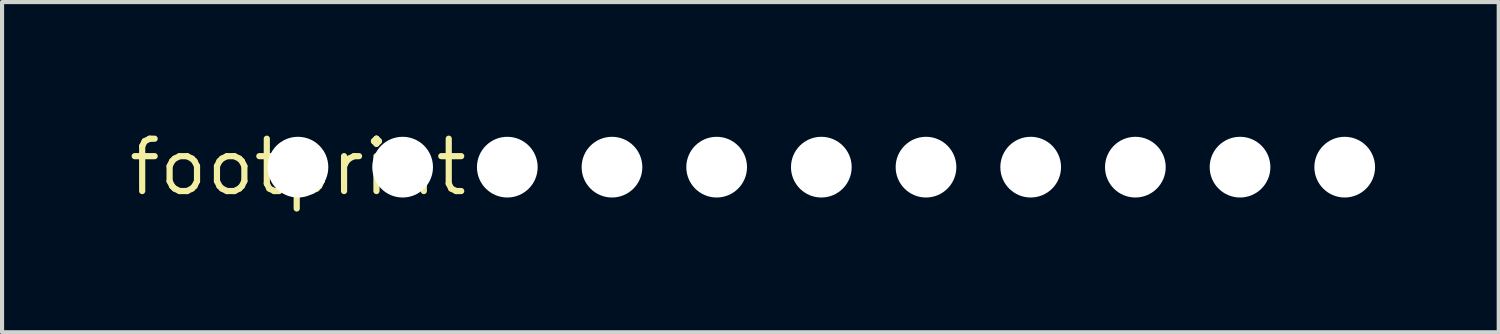
<source format=kicad_pcb>
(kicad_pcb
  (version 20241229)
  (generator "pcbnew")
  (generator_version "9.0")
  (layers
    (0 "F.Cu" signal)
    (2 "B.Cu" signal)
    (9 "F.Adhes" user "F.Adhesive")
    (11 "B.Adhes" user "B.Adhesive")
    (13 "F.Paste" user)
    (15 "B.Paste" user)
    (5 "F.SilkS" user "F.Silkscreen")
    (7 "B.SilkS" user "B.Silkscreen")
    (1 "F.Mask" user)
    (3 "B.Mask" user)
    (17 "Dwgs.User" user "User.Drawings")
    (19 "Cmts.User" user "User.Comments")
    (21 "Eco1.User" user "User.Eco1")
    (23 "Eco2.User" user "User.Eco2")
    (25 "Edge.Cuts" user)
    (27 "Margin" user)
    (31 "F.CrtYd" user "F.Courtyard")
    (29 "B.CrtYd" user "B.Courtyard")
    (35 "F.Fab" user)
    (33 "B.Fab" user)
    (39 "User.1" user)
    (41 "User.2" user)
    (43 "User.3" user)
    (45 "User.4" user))
  (footprint "footprint"
    (layer "F.Cu")
    (at 4.18 1.006)
    (property "Reference" "footprint" (at 0 0 0) (layer "F.SilkS") (effects (font (size 1.27 1.27) (thickness 0.15))))
    (fp_circle (center 0 0) (end 0.635 0) (stroke (width 0.127) (type solid)) (fill no) (layer "F.Fab"))
    (fp_circle (center 2.54 0) (end 3.175 0) (stroke (width 0.127) (type solid)) (fill no) (layer "F.Fab"))
    (fp_circle (center 5.08 0) (end 5.715 0) (stroke (width 0.127) (type solid)) (fill no) (layer "F.Fab"))
    (fp_circle (center 7.62 0) (end 8.255 0) (stroke (width 0.127) (type solid)) (fill no) (layer "F.Fab"))
    (fp_circle (center 10.16 0) (end 10.795 0) (stroke (width 0.127) (type solid)) (fill no) (layer "F.Fab"))
    (fp_circle (center 12.7 0) (end 13.335 0) (stroke (width 0.127) (type solid)) (fill no) (layer "F.Fab"))
    (fp_circle (center 15.24 0) (end 15.875 0) (stroke (width 0.127) (type solid)) (fill no) (layer "F.Fab"))
    (fp_circle (center 17.78 0) (end 18.415 0) (stroke (width 0.127) (type solid)) (fill no) (layer "F.Fab"))
    (fp_circle (center 20.32 0) (end 20.955 0) (stroke (width 0.127) (type solid)) (fill no) (layer "F.Fab"))
    (fp_circle (center 22.86 0) (end 23.495 0) (stroke (width 0.127) (type solid)) (fill no) (layer "F.Fab"))
    (fp_circle (center 25.4 0) (end 26.035 0) (stroke (width 0.127) (type solid)) (fill no) (layer "F.Fab"))
    (pad "" np_thru_hole circle (at 0 0) (size 1.473 1.473) (drill 1.473) (layers "*.Cu" "*.Mask"))
    (pad "" np_thru_hole circle (at 2.54 0) (size 1.473 1.473) (drill 1.473) (layers "*.Cu" "*.Mask"))
    (pad "" np_thru_hole circle (at 5.08 0) (size 1.473 1.473) (drill 1.473) (layers "*.Cu" "*.Mask"))
    (pad "" np_thru_hole circle (at 7.62 0) (size 1.473 1.473) (drill 1.473) (layers "*.Cu" "*.Mask"))
    (pad "" np_thru_hole circle (at 10.16 0) (size 1.473 1.473) (drill 1.473) (layers "*.Cu" "*.Mask"))
    (pad "" np_thru_hole circle (at 12.7 0) (size 1.473 1.473) (drill 1.473) (layers "*.Cu" "*.Mask"))
    (pad "" np_thru_hole circle (at 15.24 0) (size 1.473 1.473) (drill 1.473) (layers "*.Cu" "*.Mask"))
    (pad "" np_thru_hole circle (at 17.78 0) (size 1.473 1.473) (drill 1.473) (layers "*.Cu" "*.Mask"))
    (pad "" np_thru_hole circle (at 20.32 0) (size 1.473 1.473) (drill 1.473) (layers "*.Cu" "*.Mask"))
    (pad "" np_thru_hole circle (at 22.86 0) (size 1.473 1.473) (drill 1.473) (layers "*.Cu" "*.Mask"))
    (pad "" np_thru_hole circle (at 25.4 0) (size 1.473 1.473) (drill 1.473) (layers "*.Cu" "*.Mask"))
    (pad "1" thru_hole circle (at 0 0 90) (size 0.813 0.813) (drill 0.889) (layers "*.Cu" "*.Mask"))
    (pad "2" thru_hole circle (at 2.54 0 90) (size 0.813 0.813) (drill 0.889) (layers "*.Cu" "*.Mask"))
    (pad "3" thru_hole circle (at 5.08 0 90) (size 0.813 0.813) (drill 0.889) (layers "*.Cu" "*.Mask"))
    (pad "4" thru_hole circle (at 7.62 0 90) (size 0.813 0.813) (drill 0.889) (layers "*.Cu" "*.Mask"))
    (pad "5" thru_hole circle (at 10.16 0 90) (size 0.813 0.813) (drill 0.889) (layers "*.Cu" "*.Mask"))
    (pad "6" thru_hole circle (at 12.7 0 90) (size 0.813 0.813) (drill 0.889) (layers "*.Cu" "*.Mask"))
    (pad "7" thru_hole circle (at 15.24 0 90) (size 0.813 0.813) (drill 0.889) (layers "*.Cu" "*.Mask"))
    (pad "8" thru_hole circle (at 17.78 0 90) (size 0.813 0.813) (drill 0.889) (layers "*.Cu" "*.Mask"))
    (pad "9" thru_hole circle (at 20.32 0 90) (size 0.813 0.813) (drill 0.889) (layers "*.Cu" "*.Mask"))
    (pad "10" thru_hole circle (at 22.86 0 90) (size 0.813 0.813) (drill 0.889) (layers "*.Cu" "*.Mask"))
    (pad "11" thru_hole circle (at 25.4 0 90) (size 0.813 0.813) (drill 0.889) (layers "*.Cu" "*.Mask")))
  (gr_rect
    (start -3 -3)
    (end 33.317 5.012)
    (stroke (width 0.1) (type default))
    (fill no)
    (layer "Edge.Cuts")))
</source>
